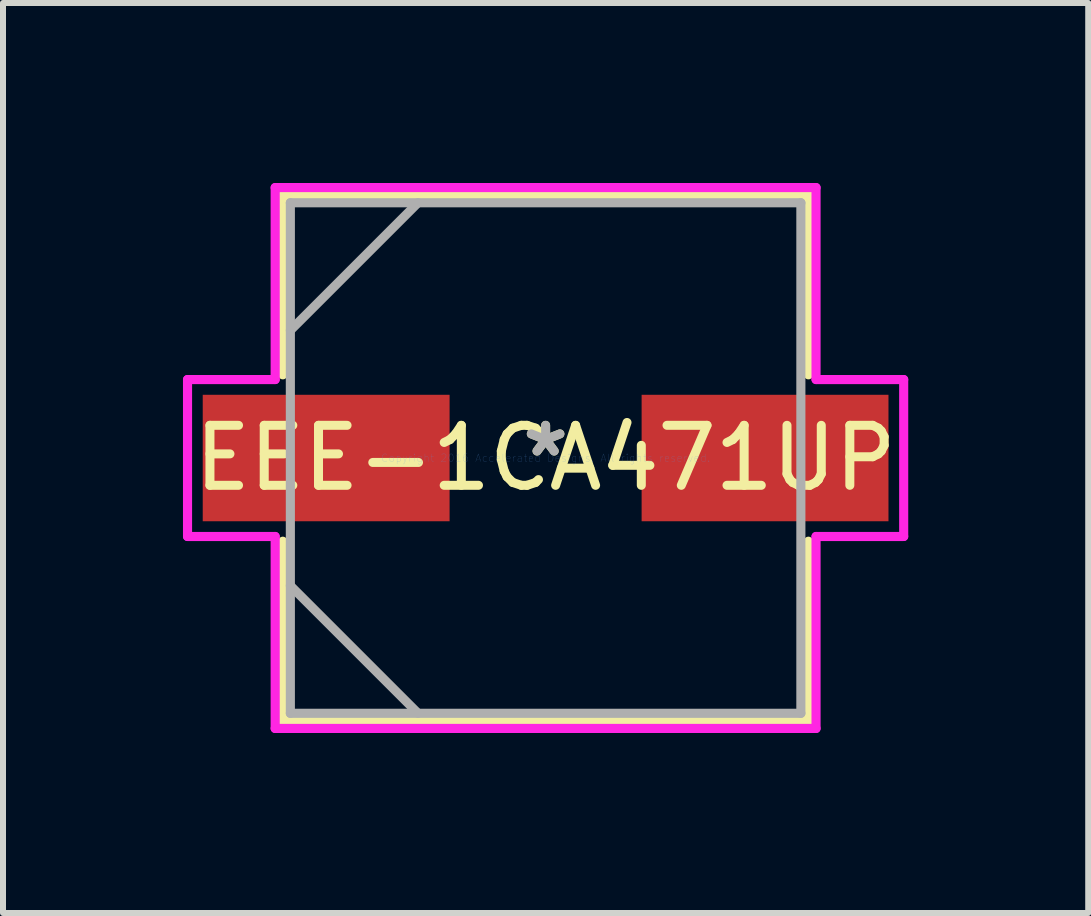
<source format=kicad_pcb>
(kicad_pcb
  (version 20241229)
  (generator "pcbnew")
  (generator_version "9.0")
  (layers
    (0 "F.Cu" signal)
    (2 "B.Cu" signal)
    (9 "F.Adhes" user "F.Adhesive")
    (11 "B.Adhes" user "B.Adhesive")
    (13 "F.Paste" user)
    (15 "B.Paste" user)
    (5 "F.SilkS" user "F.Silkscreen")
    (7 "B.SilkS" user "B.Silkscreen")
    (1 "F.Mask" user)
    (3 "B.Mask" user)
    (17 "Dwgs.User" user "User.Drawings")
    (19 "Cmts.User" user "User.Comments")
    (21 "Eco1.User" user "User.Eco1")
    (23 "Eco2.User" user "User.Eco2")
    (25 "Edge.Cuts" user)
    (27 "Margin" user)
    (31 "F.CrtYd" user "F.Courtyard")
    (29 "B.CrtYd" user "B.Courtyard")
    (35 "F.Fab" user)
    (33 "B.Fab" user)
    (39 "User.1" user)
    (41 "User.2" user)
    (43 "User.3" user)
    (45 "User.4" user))
  (footprint "EEE-1CA471UP"
    (layer "F.Cu")
    (at 6.045 4.585)
    (property "Reference" "EEE-1CA471UP" (at 0 0 0) (layer "F.SilkS") (effects (font (size 1 1) (thickness 0.15))))
    (attr through_hole)
    (fp_line (start -4.381 -4.381) (end -4.381 -1.387) (stroke (width 0.152) (type solid)) (layer "F.SilkS"))
    (fp_line (start -4.381 1.387) (end -4.381 4.381) (stroke (width 0.152) (type solid)) (layer "F.SilkS"))
    (fp_line (start -4.381 4.381) (end 4.381 4.381) (stroke (width 0.152) (type solid)) (layer "F.SilkS"))
    (fp_line (start 4.381 -4.381) (end -4.381 -4.381) (stroke (width 0.152) (type solid)) (layer "F.SilkS"))
    (fp_line (start 4.381 -1.387) (end 4.381 -4.381) (stroke (width 0.152) (type solid)) (layer "F.SilkS"))
    (fp_line (start 4.381 4.381) (end 4.381 1.387) (stroke (width 0.152) (type solid)) (layer "F.SilkS"))
    (fp_line (start -5.969 -1.308) (end -4.508 -1.308) (stroke (width 0.152) (type solid)) (layer "F.CrtYd"))
    (fp_line (start -5.969 1.308) (end -5.969 -1.308) (stroke (width 0.152) (type solid)) (layer "F.CrtYd"))
    (fp_line (start -4.508 -4.508) (end 4.508 -4.508) (stroke (width 0.152) (type solid)) (layer "F.CrtYd"))
    (fp_line (start -4.508 -1.308) (end -4.508 -4.508) (stroke (width 0.152) (type solid)) (layer "F.CrtYd"))
    (fp_line (start -4.508 1.308) (end -5.969 1.308) (stroke (width 0.152) (type solid)) (layer "F.CrtYd"))
    (fp_line (start -4.508 4.508) (end -4.508 1.308) (stroke (width 0.152) (type solid)) (layer "F.CrtYd"))
    (fp_line (start 4.508 -4.508) (end 4.508 -1.308) (stroke (width 0.152) (type solid)) (layer "F.CrtYd"))
    (fp_line (start 4.508 -1.308) (end 5.969 -1.308) (stroke (width 0.152) (type solid)) (layer "F.CrtYd"))
    (fp_line (start 4.508 1.308) (end 4.508 4.508) (stroke (width 0.152) (type solid)) (layer "F.CrtYd"))
    (fp_line (start 4.508 4.508) (end -4.508 4.508) (stroke (width 0.152) (type solid)) (layer "F.CrtYd"))
    (fp_line (start 5.969 -1.308) (end 5.969 1.308) (stroke (width 0.152) (type solid)) (layer "F.CrtYd"))
    (fp_line (start 5.969 1.308) (end 4.508 1.308) (stroke (width 0.152) (type solid)) (layer "F.CrtYd"))
    (fp_line (start -4.255 -4.255) (end -4.255 4.255) (stroke (width 0.152) (type solid)) (layer "F.Fab"))
    (fp_line (start -4.255 -2.127) (end -2.127 -4.255) (stroke (width 0.152) (type solid)) (layer "F.Fab"))
    (fp_line (start -4.255 2.127) (end -2.127 4.255) (stroke (width 0.152) (type solid)) (layer "F.Fab"))
    (fp_line (start -4.255 4.255) (end 4.255 4.255) (stroke (width 0.152) (type solid)) (layer "F.Fab"))
    (fp_line (start 4.255 -4.255) (end -4.255 -4.255) (stroke (width 0.152) (type solid)) (layer "F.Fab"))
    (fp_line (start 4.255 4.255) (end 4.255 -4.255) (stroke (width 0.152) (type solid)) (layer "F.Fab"))
    (fp_text user "*" (at 0 0 0) (layer "F.SilkS") (effects (font (size 1 1) (thickness 0.15))))
    (fp_text user "Copyright 2016 Accelerated Designs. All rights reserved." (at 0 0 0) (layer "Cmts.User") (effects (font (size 0.127 0.127) (thickness 0.002))))
    (fp_text user "*" (at 0 0 0) (layer "F.Fab") (effects (font (size 1 1) (thickness 0.15))))
    (pad "1" smd rect (at -3.658 0) (size 4.115 2.108) (layers "F.Cu" "F.Mask" "F.Paste"))
    (pad "2" smd rect (at 3.658 0) (size 4.115 2.108) (layers "F.Cu" "F.Mask" "F.Paste")))
  (gr_rect
    (start -3 -3)
    (end 15.09 12.169)
    (stroke (width 0.1) (type default))
    (fill no)
    (layer "Edge.Cuts")))
</source>
